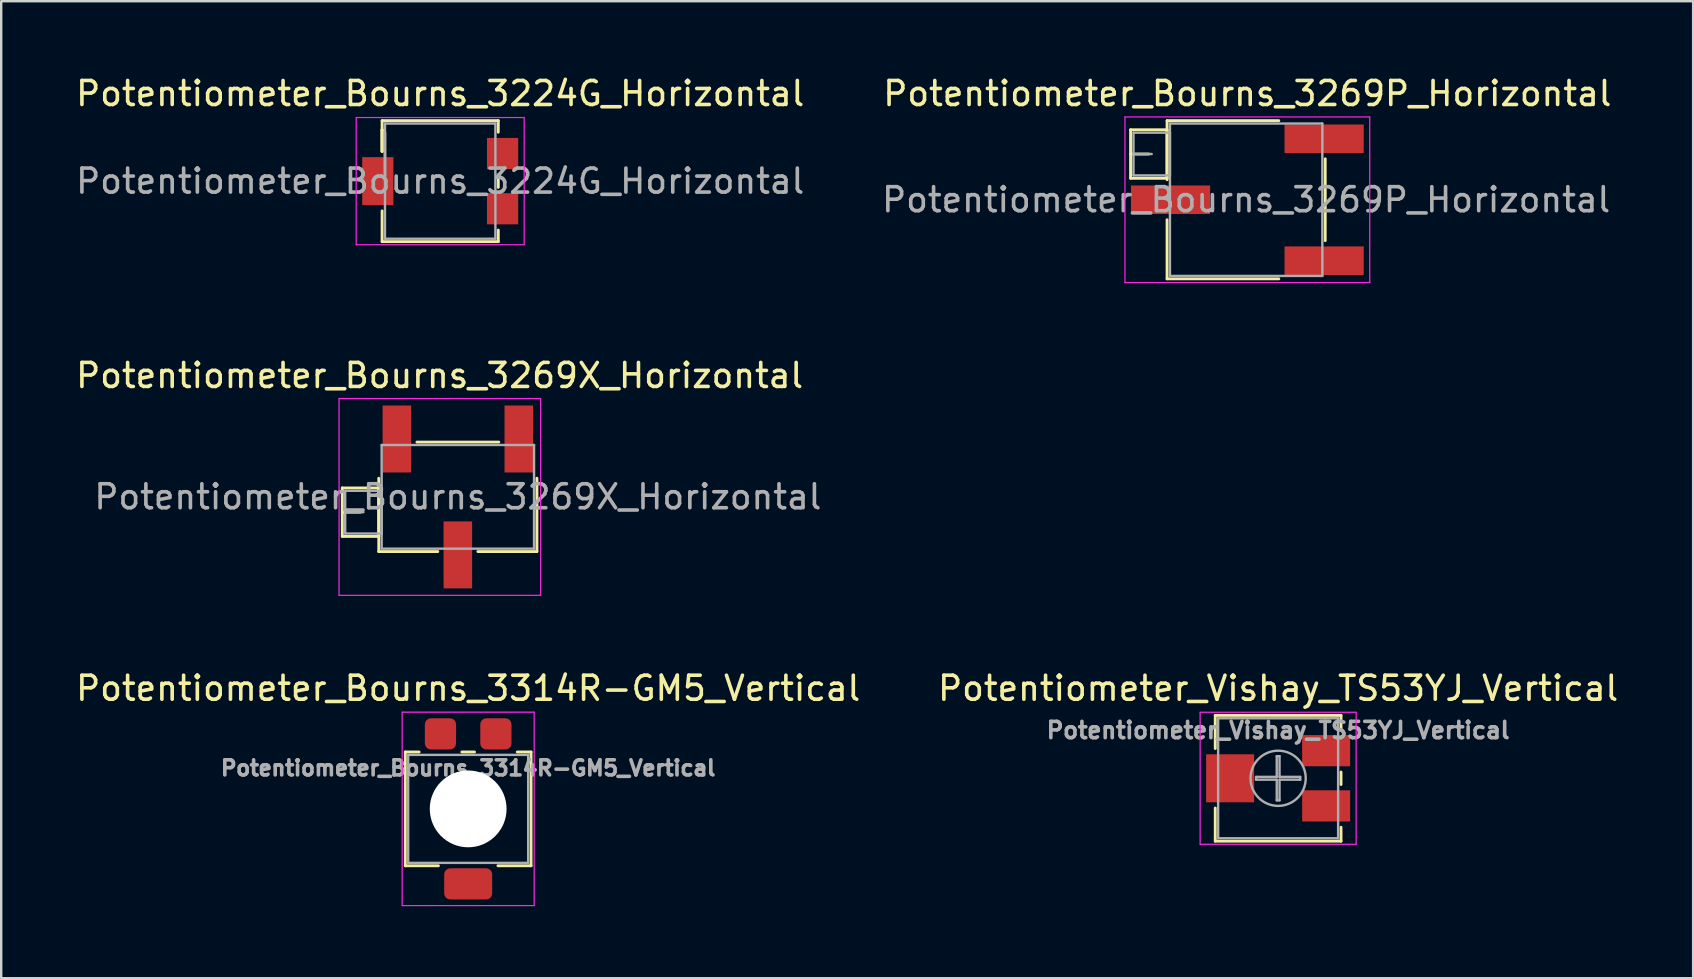
<source format=kicad_pcb>
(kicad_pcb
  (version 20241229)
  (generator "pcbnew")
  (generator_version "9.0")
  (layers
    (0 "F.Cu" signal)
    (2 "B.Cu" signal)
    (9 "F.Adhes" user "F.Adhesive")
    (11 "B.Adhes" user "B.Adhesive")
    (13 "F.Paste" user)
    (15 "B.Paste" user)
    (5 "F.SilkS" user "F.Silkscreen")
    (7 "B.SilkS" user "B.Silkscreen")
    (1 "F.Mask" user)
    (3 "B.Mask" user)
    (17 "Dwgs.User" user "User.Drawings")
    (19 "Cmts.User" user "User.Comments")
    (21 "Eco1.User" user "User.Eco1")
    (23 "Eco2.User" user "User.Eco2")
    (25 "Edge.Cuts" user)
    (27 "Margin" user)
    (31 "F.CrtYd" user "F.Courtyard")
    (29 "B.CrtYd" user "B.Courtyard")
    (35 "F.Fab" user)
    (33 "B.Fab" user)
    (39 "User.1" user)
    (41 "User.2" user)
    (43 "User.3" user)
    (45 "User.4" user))
  (footprint "Potentiometer_Bourns_3269P_Horizontal"
    (layer "F.Cu")
    (at 48.925 5.273)
    (property "Reference" "Potentiometer_Bourns_3269P_Horizontal" (at 0 -4.425 0) (layer "F.SilkS") (effects (font (size 1 1) (thickness 0.15))))
    (attr smd)
    (fp_line (start -4.865 -2.915) (end -4.865 -0.895) (stroke (width 0.12) (type solid)) (layer "F.SilkS"))
    (fp_line (start -4.865 -2.915) (end -3.346 -2.915) (stroke (width 0.12) (type solid)) (layer "F.SilkS"))
    (fp_line (start -4.865 -1.905) (end -4.106 -1.905) (stroke (width 0.12) (type solid)) (layer "F.SilkS"))
    (fp_line (start -4.865 -0.895) (end -3.346 -0.895) (stroke (width 0.12) (type solid)) (layer "F.SilkS"))
    (fp_line (start -3.346 -2.915) (end -3.346 -0.895) (stroke (width 0.12) (type solid)) (layer "F.SilkS"))
    (fp_line (start -3.345 -3.295) (end -3.345 -0.835) (stroke (width 0.12) (type solid)) (layer "F.SilkS"))
    (fp_line (start -3.345 -3.295) (end 1.31 -3.295) (stroke (width 0.12) (type solid)) (layer "F.SilkS"))
    (fp_line (start -3.345 0.835) (end -3.345 3.295) (stroke (width 0.12) (type solid)) (layer "F.SilkS"))
    (fp_line (start -3.345 3.295) (end 1.31 3.295) (stroke (width 0.12) (type solid)) (layer "F.SilkS"))
    (fp_line (start 3.245 -1.705) (end 3.245 1.705) (stroke (width 0.12) (type solid)) (layer "F.SilkS"))
    (fp_line (start -5.1 -3.45) (end -5.1 3.45) (stroke (width 0.05) (type solid)) (layer "F.CrtYd"))
    (fp_line (start -5.1 3.45) (end 5.1 3.45) (stroke (width 0.05) (type solid)) (layer "F.CrtYd"))
    (fp_line (start 5.1 -3.45) (end -5.1 -3.45) (stroke (width 0.05) (type solid)) (layer "F.CrtYd"))
    (fp_line (start 5.1 3.45) (end 5.1 -3.45) (stroke (width 0.05) (type solid)) (layer "F.CrtYd"))
    (fp_line (start -4.745 -2.795) (end -4.745 -1.015) (stroke (width 0.1) (type solid)) (layer "F.Fab"))
    (fp_line (start -4.745 -1.905) (end -3.985 -1.905) (stroke (width 0.1) (type solid)) (layer "F.Fab"))
    (fp_line (start -4.745 -1.015) (end -3.225 -1.015) (stroke (width 0.1) (type solid)) (layer "F.Fab"))
    (fp_line (start -3.225 -3.175) (end -3.225 3.175) (stroke (width 0.1) (type solid)) (layer "F.Fab"))
    (fp_line (start -3.225 -2.795) (end -4.745 -2.795) (stroke (width 0.1) (type solid)) (layer "F.Fab"))
    (fp_line (start -3.225 -1.015) (end -3.225 -2.795) (stroke (width 0.1) (type solid)) (layer "F.Fab"))
    (fp_line (start -3.225 3.175) (end 3.125 3.175) (stroke (width 0.1) (type solid)) (layer "F.Fab"))
    (fp_line (start 3.125 -3.175) (end -3.225 -3.175) (stroke (width 0.1) (type solid)) (layer "F.Fab"))
    (fp_line (start 3.125 3.175) (end 3.125 -3.175) (stroke (width 0.1) (type solid)) (layer "F.Fab"))
    (fp_text user "${REFERENCE}" (at -0.05 0 0) (layer "F.Fab") (effects (font (size 1 1) (thickness 0.15))))
    (pad "1" smd rect (at 3.2 -2.54) (size 3.3 1.19) (layers "F.Cu" "F.Mask" "F.Paste"))
    (pad "2" smd rect (at -3.2 0) (size 3.3 1.19) (layers "F.Cu" "F.Mask" "F.Paste"))
    (pad "3" smd rect (at 3.2 2.54) (size 3.3 1.19) (layers "F.Cu" "F.Mask" "F.Paste")))
  (footprint "Potentiometer_Bourns_3269X_Horizontal"
    (layer "F.Cu")
    (at 16.028 17.657)
    (property "Reference" "Potentiometer_Bourns_3269X_Horizontal" (at -0.76 -5.06 0) (layer "F.SilkS") (effects (font (size 1 1) (thickness 0.15))))
    (attr smd)
    (fp_line (start -4.815 -0.375) (end -4.815 1.645) (stroke (width 0.12) (type solid)) (layer "F.SilkS"))
    (fp_line (start -4.815 -0.375) (end -3.296 -0.375) (stroke (width 0.12) (type solid)) (layer "F.SilkS"))
    (fp_line (start -4.815 0.635) (end -4.056 0.635) (stroke (width 0.12) (type solid)) (layer "F.SilkS"))
    (fp_line (start -4.815 1.645) (end -3.296 1.645) (stroke (width 0.12) (type solid)) (layer "F.SilkS"))
    (fp_line (start -3.296 -0.375) (end -3.296 1.645) (stroke (width 0.12) (type solid)) (layer "F.SilkS"))
    (fp_line (start -3.295 -0.779) (end -3.295 2.275) (stroke (width 0.12) (type solid)) (layer "F.SilkS"))
    (fp_line (start -3.295 2.275) (end -0.835 2.275) (stroke (width 0.12) (type solid)) (layer "F.SilkS"))
    (fp_line (start -1.705 -2.285) (end 1.705 -2.285) (stroke (width 0.12) (type solid)) (layer "F.SilkS"))
    (fp_line (start 0.835 2.275) (end 3.295 2.275) (stroke (width 0.12) (type solid)) (layer "F.SilkS"))
    (fp_line (start 3.295 -0.779) (end 3.295 2.275) (stroke (width 0.12) (type solid)) (layer "F.SilkS"))
    (fp_line (start -4.95 -4.1) (end -4.95 4.1) (stroke (width 0.05) (type solid)) (layer "F.CrtYd"))
    (fp_line (start -4.95 4.1) (end 3.45 4.1) (stroke (width 0.05) (type solid)) (layer "F.CrtYd"))
    (fp_line (start 3.45 -4.1) (end -4.95 -4.1) (stroke (width 0.05) (type solid)) (layer "F.CrtYd"))
    (fp_line (start 3.45 4.1) (end 3.45 -4.1) (stroke (width 0.05) (type solid)) (layer "F.CrtYd"))
    (fp_line (start -4.695 -0.255) (end -4.695 1.525) (stroke (width 0.1) (type solid)) (layer "F.Fab"))
    (fp_line (start -4.695 0.635) (end -3.935 0.635) (stroke (width 0.1) (type solid)) (layer "F.Fab"))
    (fp_line (start -4.695 1.525) (end -3.175 1.525) (stroke (width 0.1) (type solid)) (layer "F.Fab"))
    (fp_line (start -3.175 -2.165) (end -3.175 2.155) (stroke (width 0.1) (type solid)) (layer "F.Fab"))
    (fp_line (start -3.175 -0.255) (end -4.695 -0.255) (stroke (width 0.1) (type solid)) (layer "F.Fab"))
    (fp_line (start -3.175 1.525) (end -3.175 -0.255) (stroke (width 0.1) (type solid)) (layer "F.Fab"))
    (fp_line (start -3.175 2.155) (end 3.175 2.155) (stroke (width 0.1) (type solid)) (layer "F.Fab"))
    (fp_line (start 3.175 -2.165) (end -3.175 -2.165) (stroke (width 0.1) (type solid)) (layer "F.Fab"))
    (fp_line (start 3.175 2.155) (end 3.175 -2.165) (stroke (width 0.1) (type solid)) (layer "F.Fab"))
    (fp_text user "${REFERENCE}" (at 0 -0.005 0) (layer "F.Fab") (effects (font (size 1 1) (thickness 0.15))))
    (pad "1" smd rect (at 2.54 -2.415) (size 1.19 2.79) (layers "F.Cu" "F.Mask" "F.Paste"))
    (pad "2" smd rect (at 0 2.415) (size 1.19 2.79) (layers "F.Cu" "F.Mask" "F.Paste"))
    (pad "3" smd rect (at -2.54 -2.415) (size 1.19 2.79) (layers "F.Cu" "F.Mask" "F.Paste")))
  (footprint "Potentiometer_Vishay_TS53YJ_Vertical"
    (layer "F.Cu")
    (at 50.208 29.38)
    (property "Reference" "Potentiometer_Vishay_TS53YJ_Vertical" (at 0 -3.75 0) (layer "F.SilkS") (effects (font (size 1 1) (thickness 0.15))))
    (attr smd)
    (fp_line (start -2.62 -2.62) (end -2.62 -1.24) (stroke (width 0.12) (type solid)) (layer "F.SilkS"))
    (fp_line (start -2.62 -2.62) (end 2.62 -2.62) (stroke (width 0.12) (type solid)) (layer "F.SilkS"))
    (fp_line (start -2.62 1.24) (end -2.62 2.62) (stroke (width 0.12) (type solid)) (layer "F.SilkS"))
    (fp_line (start -2.62 2.62) (end 2.62 2.62) (stroke (width 0.12) (type solid)) (layer "F.SilkS"))
    (fp_line (start 2.62 -2.62) (end 2.62 -2.039) (stroke (width 0.12) (type solid)) (layer "F.SilkS"))
    (fp_line (start 2.62 -0.26) (end 2.62 0.26) (stroke (width 0.12) (type solid)) (layer "F.SilkS"))
    (fp_line (start 2.62 2.04) (end 2.62 2.62) (stroke (width 0.12) (type solid)) (layer "F.SilkS"))
    (fp_line (start -3.25 -2.75) (end -3.25 2.75) (stroke (width 0.05) (type solid)) (layer "F.CrtYd"))
    (fp_line (start -3.25 2.75) (end 3.25 2.75) (stroke (width 0.05) (type solid)) (layer "F.CrtYd"))
    (fp_line (start 3.25 -2.75) (end -3.25 -2.75) (stroke (width 0.05) (type solid)) (layer "F.CrtYd"))
    (fp_line (start 3.25 2.75) (end 3.25 -2.75) (stroke (width 0.05) (type solid)) (layer "F.CrtYd"))
    (fp_line (start -2.5 -2.5) (end -2.5 2.5) (stroke (width 0.1) (type solid)) (layer "F.Fab"))
    (fp_line (start -2.5 2.5) (end 2.5 2.5) (stroke (width 0.1) (type solid)) (layer "F.Fab"))
    (fp_line (start -0.92 -0.058) (end -0.058 -0.058) (stroke (width 0.1) (type solid)) (layer "F.Fab"))
    (fp_line (start -0.92 0.058) (end -0.92 -0.058) (stroke (width 0.1) (type solid)) (layer "F.Fab"))
    (fp_line (start -0.058 -0.92) (end 0.058 -0.92) (stroke (width 0.1) (type solid)) (layer "F.Fab"))
    (fp_line (start -0.058 -0.058) (end -0.058 -0.92) (stroke (width 0.1) (type solid)) (layer "F.Fab"))
    (fp_line (start -0.058 0.058) (end -0.92 0.058) (stroke (width 0.1) (type solid)) (layer "F.Fab"))
    (fp_line (start -0.058 0.92) (end -0.058 0.058) (stroke (width 0.1) (type solid)) (layer "F.Fab"))
    (fp_line (start 0.058 -0.92) (end 0.058 -0.058) (stroke (width 0.1) (type solid)) (layer "F.Fab"))
    (fp_line (start 0.058 -0.058) (end 0.92 -0.058) (stroke (width 0.1) (type solid)) (layer "F.Fab"))
    (fp_line (start 0.058 0.058) (end 0.058 0.92) (stroke (width 0.1) (type solid)) (layer "F.Fab"))
    (fp_line (start 0.058 0.92) (end -0.058 0.92) (stroke (width 0.1) (type solid)) (layer "F.Fab"))
    (fp_line (start 0.92 -0.058) (end 0.92 0.058) (stroke (width 0.1) (type solid)) (layer "F.Fab"))
    (fp_line (start 0.92 0.058) (end 0.058 0.058) (stroke (width 0.1) (type solid)) (layer "F.Fab"))
    (fp_line (start 2.5 -2.5) (end -2.5 -2.5) (stroke (width 0.1) (type solid)) (layer "F.Fab"))
    (fp_line (start 2.5 2.5) (end 2.5 -2.5) (stroke (width 0.1) (type solid)) (layer "F.Fab"))
    (fp_circle (center 0 0) (end 1.15 0) (stroke (width 0.1) (type solid)) (fill no) (layer "F.Fab"))
    (fp_text user "${REFERENCE}" (at 0 -2 0) (layer "F.Fab") (effects (font (size 0.68 0.68) (thickness 0.15))))
    (pad "1" smd rect (at 2 -1.15) (size 2 1.3) (layers "F.Cu" "F.Mask" "F.Paste"))
    (pad "2" smd rect (at -2 0) (size 2 2) (layers "F.Cu" "F.Mask" "F.Paste"))
    (pad "3" smd rect (at 2 1.15) (size 2 1.3) (layers "F.Cu" "F.Mask" "F.Paste")))
  (footprint "Potentiometer_Bourns_3224G_Horizontal"
    (layer "F.Cu")
    (at 15.292 4.498)
    (property "Reference" "Potentiometer_Bourns_3224G_Horizontal" (at 0 -3.65 0) (layer "F.SilkS") (effects (font (size 1 1) (thickness 0.15))))
    (attr smd)
    (fp_line (start -2.42 -2.52) (end -2.42 -1.24) (stroke (width 0.12) (type solid)) (layer "F.SilkS"))
    (fp_line (start -2.42 -2.52) (end 2.42 -2.52) (stroke (width 0.12) (type solid)) (layer "F.SilkS"))
    (fp_line (start -2.42 -2.14) (end -2.42 -2.14) (stroke (width 0.12) (type solid)) (layer "F.SilkS"))
    (fp_line (start -2.42 -2.14) (end -2.42 -1.24) (stroke (width 0.12) (type solid)) (layer "F.SilkS"))
    (fp_line (start -2.42 -2.14) (end -2.42 -1.24) (stroke (width 0.12) (type solid)) (layer "F.SilkS"))
    (fp_line (start -2.42 1.24) (end -2.42 2.52) (stroke (width 0.12) (type solid)) (layer "F.SilkS"))
    (fp_line (start -2.42 2.52) (end 2.42 2.52) (stroke (width 0.12) (type solid)) (layer "F.SilkS"))
    (fp_line (start 2.42 -2.52) (end 2.42 -2.04) (stroke (width 0.12) (type solid)) (layer "F.SilkS"))
    (fp_line (start 2.42 -0.26) (end 2.42 0.26) (stroke (width 0.12) (type solid)) (layer "F.SilkS"))
    (fp_line (start 2.42 2.04) (end 2.42 2.52) (stroke (width 0.12) (type solid)) (layer "F.SilkS"))
    (fp_line (start -3.5 -2.65) (end -3.5 2.65) (stroke (width 0.05) (type solid)) (layer "F.CrtYd"))
    (fp_line (start -3.5 2.65) (end 3.5 2.65) (stroke (width 0.05) (type solid)) (layer "F.CrtYd"))
    (fp_line (start 3.5 -2.65) (end -3.5 -2.65) (stroke (width 0.05) (type solid)) (layer "F.CrtYd"))
    (fp_line (start 3.5 2.65) (end 3.5 -2.65) (stroke (width 0.05) (type solid)) (layer "F.CrtYd"))
    (fp_line (start -2.3 -2.4) (end -2.3 2.4) (stroke (width 0.1) (type solid)) (layer "F.Fab"))
    (fp_line (start -2.3 -2.02) (end -2.3 -2.02) (stroke (width 0.1) (type solid)) (layer "F.Fab"))
    (fp_line (start -2.3 -2.02) (end -2.3 -0.24) (stroke (width 0.1) (type solid)) (layer "F.Fab"))
    (fp_line (start -2.3 -1.13) (end -2.3 -1.13) (stroke (width 0.1) (type solid)) (layer "F.Fab"))
    (fp_line (start -2.3 -0.24) (end -2.3 -2.02) (stroke (width 0.1) (type solid)) (layer "F.Fab"))
    (fp_line (start -2.3 -0.24) (end -2.3 -0.24) (stroke (width 0.1) (type solid)) (layer "F.Fab"))
    (fp_line (start -2.3 2.4) (end 2.3 2.4) (stroke (width 0.1) (type solid)) (layer "F.Fab"))
    (fp_line (start 2.3 -2.4) (end -2.3 -2.4) (stroke (width 0.1) (type solid)) (layer "F.Fab"))
    (fp_line (start 2.3 2.4) (end 2.3 -2.4) (stroke (width 0.1) (type solid)) (layer "F.Fab"))
    (fp_text user "${REFERENCE}" (at 0 0 0) (layer "F.Fab") (effects (font (size 1 1) (thickness 0.15))))
    (pad "1" smd rect (at 2.6 -1.15) (size 1.3 1.3) (layers "F.Cu" "F.Mask" "F.Paste"))
    (pad "2" smd rect (at -2.6 0) (size 1.3 2) (layers "F.Cu" "F.Mask" "F.Paste"))
    (pad "3" smd rect (at 2.6 1.15) (size 1.3 1.3) (layers "F.Cu" "F.Mask" "F.Paste")))
  (footprint "Potentiometer_Bourns_3314R-GM5_Vertical"
    (layer "F.Cu")
    (at 16.458 30.655)
    (property "Reference" "Potentiometer_Bourns_3314R-GM5_Vertical" (at 0 -5.025 0) (layer "F.SilkS") (effects (font (size 1 1) (thickness 0.15))))
    (attr smd)
    (fp_line (start -2.62 -2.37) (end -2.62 2.37) (stroke (width 0.12) (type solid)) (layer "F.SilkS"))
    (fp_line (start -2.62 -2.37) (end -2.044 -2.37) (stroke (width 0.12) (type solid)) (layer "F.SilkS"))
    (fp_line (start -2.62 2.37) (end -1.24 2.37) (stroke (width 0.12) (type solid)) (layer "F.SilkS"))
    (fp_line (start -0.264 -2.37) (end 0.265 -2.37) (stroke (width 0.12) (type solid)) (layer "F.SilkS"))
    (fp_line (start 1.24 2.37) (end 2.62 2.37) (stroke (width 0.12) (type solid)) (layer "F.SilkS"))
    (fp_line (start 2.045 -2.37) (end 2.62 -2.37) (stroke (width 0.12) (type solid)) (layer "F.SilkS"))
    (fp_line (start 2.62 -2.37) (end 2.62 2.37) (stroke (width 0.12) (type solid)) (layer "F.SilkS"))
    (fp_line (start -2.75 -4.03) (end -2.75 4.03) (stroke (width 0.05) (type solid)) (layer "F.CrtYd"))
    (fp_line (start -2.75 4.03) (end 2.75 4.03) (stroke (width 0.05) (type solid)) (layer "F.CrtYd"))
    (fp_line (start 2.75 -4.03) (end -2.75 -4.03) (stroke (width 0.05) (type solid)) (layer "F.CrtYd"))
    (fp_line (start 2.75 4.03) (end 2.75 -4.03) (stroke (width 0.05) (type solid)) (layer "F.CrtYd"))
    (fp_line (start -2.5 -2.25) (end -2.5 2.25) (stroke (width 0.1) (type solid)) (layer "F.Fab"))
    (fp_line (start -2.5 2.25) (end 2.5 2.25) (stroke (width 0.1) (type solid)) (layer "F.Fab"))
    (fp_line (start 2.5 -2.25) (end -2.5 -2.25) (stroke (width 0.1) (type solid)) (layer "F.Fab"))
    (fp_line (start 2.5 2.25) (end 2.5 -2.25) (stroke (width 0.1) (type solid)) (layer "F.Fab"))
    (fp_text user "${REFERENCE}" (at 0 -1.7 0) (layer "F.Fab") (effects (font (size 0.63 0.63) (thickness 0.15))))
    (pad "" np_thru_hole circle (at 0 0) (size 3.2 3.2) (drill 3.2) (layers "*.Cu" "*.Mask"))
    (pad "1" smd roundrect (at -1.155 -3.125) (size 1.3 1.3) (layers "F.Cu" "F.Mask" "F.Paste") (roundrect_rratio 0.192))
    (pad "2" smd roundrect (at 0 3.125) (size 2 1.3) (layers "F.Cu" "F.Mask" "F.Paste") (roundrect_rratio 0.192))
    (pad "3" smd roundrect (at 1.155 -3.125) (size 1.3 1.3) (layers "F.Cu" "F.Mask" "F.Paste") (roundrect_rratio 0.192)))
  (gr_rect
    (start -3 -3)
    (end 67.5 37.71)
    (stroke (width 0.1) (type default))
    (fill no)
    (layer "Edge.Cuts")))
</source>
